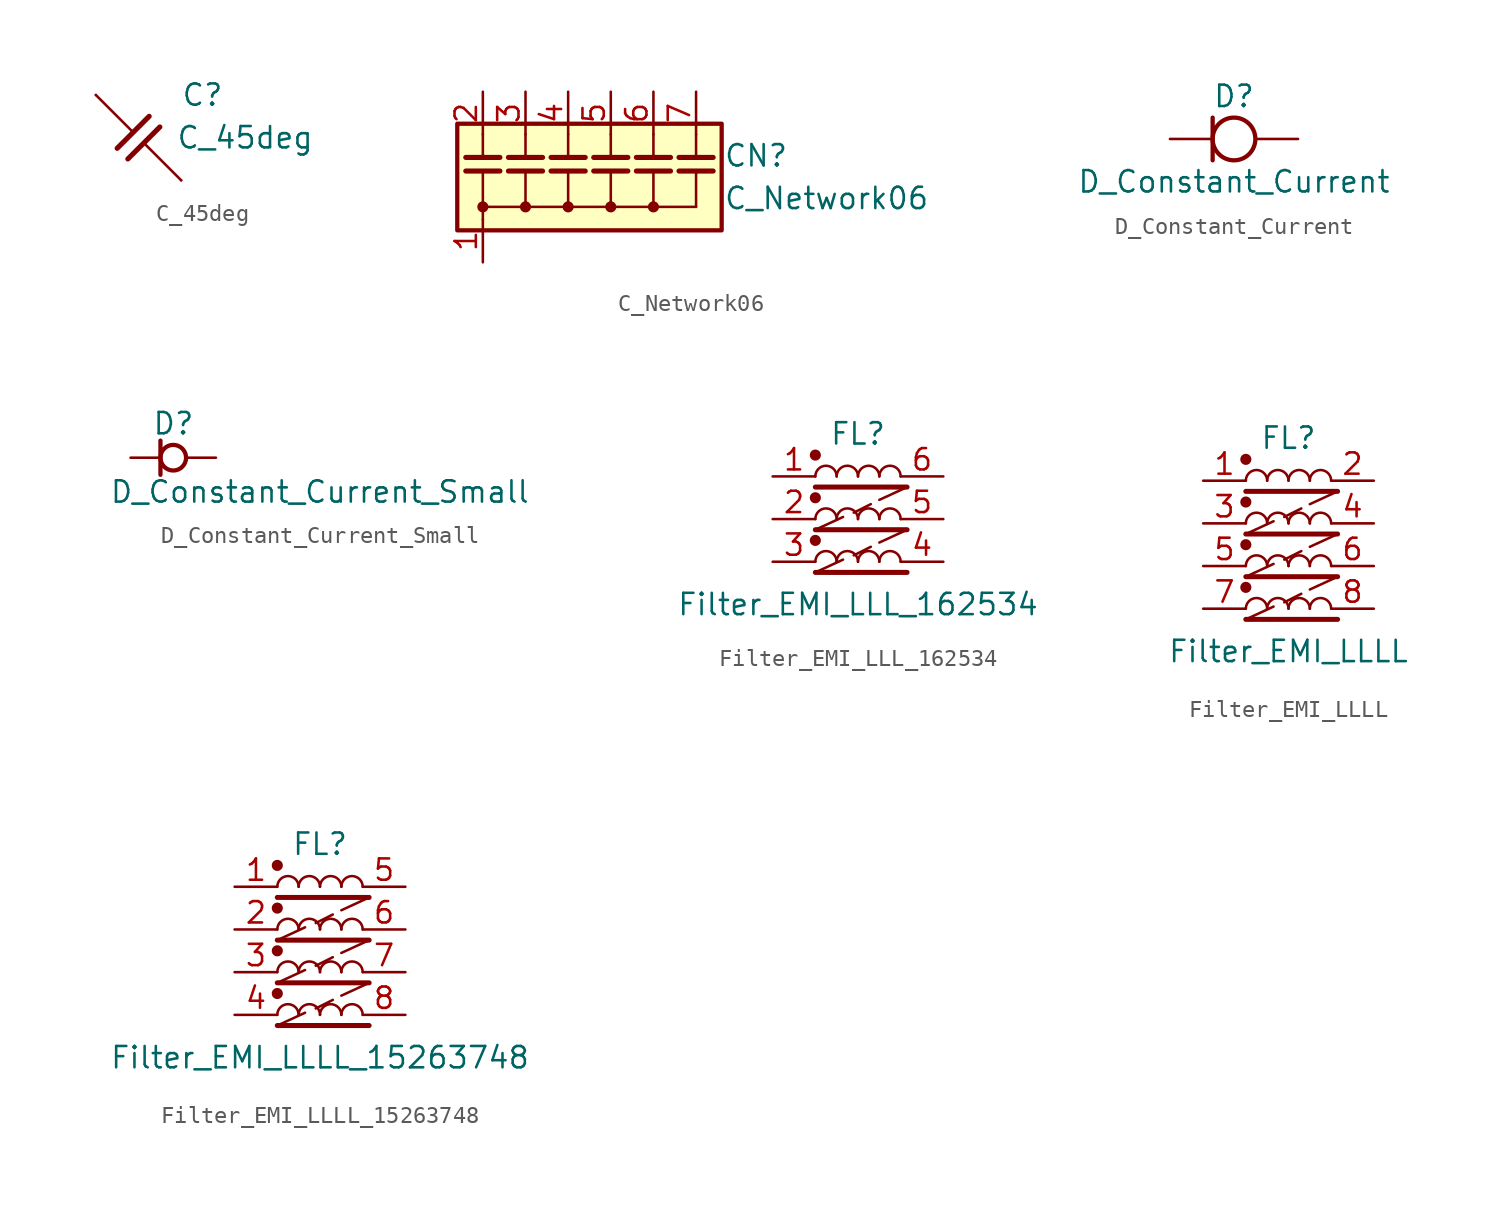
<source format=kicad_sym>
(kicad_symbol_lib
  (version 20220914)
  (generator kicad_symbol_editor)
  (symbol "C_45deg"
    (pin_numbers hide)
    (pin_names
      (offset 0))
    (property "Reference" "C"
      (at 3.81 2.54 0)
      (effects (font (size 1.27 1.27))))
    (property "Value" "C_45deg"
      (at 6.35 0 0)
      (effects (font (size 1.27 1.27))))
    (symbol "C_45deg_0_1"
      (polyline (pts (xy -2.54 2.54) (xy -0.381 0.381)) (stroke (width 0) (type default)) (fill (type none)))
      (polyline (pts (xy 2.54 -2.54) (xy 0.381 -0.381)) (stroke (width 0) (type default)) (fill (type none))))
    (symbol "C_45deg_1_1"
      (polyline (pts (xy 0.635 1.27) (xy -1.27 -0.635)) (stroke (width 0.305) (type default)) (fill (type none)))
      (polyline (pts (xy 1.27 0.635) (xy -0.635 -1.27)) (stroke (width 0.305) (type default)) (fill (type none)))
      (pin passive line (at 2.54 -2.54 180) (length 0) (name "~" (effects (font (size 1.27 1.27)))) (number "1" (effects (font (size 1.27 1.27)))))
      (pin passive line (at -2.54 2.54 0) (length 0) (name "~" (effects (font (size 1.27 1.27)))) (number "2" (effects (font (size 1.27 1.27)))))))
  (symbol "C_Network06"
    (pin_names
      (offset 0) hide)
    (property "Reference" "CN"
      (at 6.706 1.27 0)
      (effects (font (size 1.27 1.27)) (justify left)))
    (property "Value" "C_Network06"
      (at 6.706 -1.27 0)
      (effects (font (size 1.27 1.27)) (justify left)))
    (symbol "C_Network06_0_1"
      (rectangle (start -9.144 3.175) (end 6.604 -3.175) (stroke (width 0.254) (type default)) (fill (type background)))
      (circle (center -7.62 -1.778) (radius 0.254) (stroke (width 0) (type default)) (fill (type outline)))
      (circle (center -5.08 -1.778) (radius 0.254) (stroke (width 0) (type default)) (fill (type outline)))
      (circle (center -2.54 -1.778) (radius 0.254) (stroke (width 0) (type default)) (fill (type outline)))
      (circle (center 0 -1.778) (radius 0.254) (stroke (width 0) (type default)) (fill (type outline)))
      (polyline (pts (xy -7.62 -2.54) (xy -7.62 -1.778)) (stroke (width 0) (type default)) (fill (type none)))
      (polyline (pts (xy -7.62 -1.778) (xy -7.62 0.356)) (stroke (width 0) (type default)) (fill (type none)))
      (polyline (pts (xy -7.62 -1.778) (xy 5.08 -1.778)) (stroke (width 0) (type default)) (fill (type none)))
      (polyline (pts (xy -7.62 2.54) (xy -7.62 1.168)) (stroke (width 0) (type default)) (fill (type none)))
      (polyline (pts (xy -5.08 -1.778) (xy -5.08 0.356)) (stroke (width 0) (type default)) (fill (type none)))
      (polyline (pts (xy -5.08 2.54) (xy -5.08 1.168)) (stroke (width 0) (type default)) (fill (type none)))
      (polyline (pts (xy -2.54 -1.778) (xy -2.54 0.356)) (stroke (width 0) (type default)) (fill (type none)))
      (polyline (pts (xy -2.54 2.54) (xy -2.54 1.168)) (stroke (width 0) (type default)) (fill (type none)))
      (polyline (pts (xy 0 -1.778) (xy 0 0.356)) (stroke (width 0) (type default)) (fill (type none)))
      (polyline (pts (xy 0 2.54) (xy 0 1.168)) (stroke (width 0) (type default)) (fill (type none)))
      (polyline (pts (xy 2.54 -1.778) (xy 2.54 0.356)) (stroke (width 0) (type default)) (fill (type none)))
      (polyline (pts (xy 2.54 2.54) (xy 2.54 1.168)) (stroke (width 0) (type default)) (fill (type none)))
      (polyline (pts (xy 5.08 -1.778) (xy 5.08 0.356)) (stroke (width 0) (type default)) (fill (type none)))
      (polyline (pts (xy 5.08 2.54) (xy 5.08 1.168)) (stroke (width 0) (type default)) (fill (type none)))
      (circle (center 2.54 -1.778) (radius 0.254) (stroke (width 0) (type default)) (fill (type outline))))
    (symbol "C_Network06_1_0"
      (pin passive line (at 2.54 5.08 270) (length 2.54) (name "C5" (effects (font (size 1.27 1.27)))) (number "6" (effects (font (size 1.27 1.27)))))
      (pin passive line (at 5.08 5.08 270) (length 2.54) (name "C6" (effects (font (size 1.27 1.27)))) (number "7" (effects (font (size 1.27 1.27))))))
    (symbol "C_Network06_1_1"
      (polyline (pts (xy -8.636 0.356) (xy -6.604 0.356)) (stroke (width 0.305) (type default)) (fill (type none)))
      (polyline (pts (xy -8.636 1.168) (xy -6.604 1.168)) (stroke (width 0.305) (type default)) (fill (type none)))
      (polyline (pts (xy -6.096 0.356) (xy -4.064 0.356)) (stroke (width 0.305) (type default)) (fill (type none)))
      (polyline (pts (xy -6.096 1.168) (xy -4.064 1.168)) (stroke (width 0.305) (type default)) (fill (type none)))
      (polyline (pts (xy -3.556 0.356) (xy -1.524 0.356)) (stroke (width 0.305) (type default)) (fill (type none)))
      (polyline (pts (xy -3.556 1.168) (xy -1.524 1.168)) (stroke (width 0.305) (type default)) (fill (type none)))
      (polyline (pts (xy -1.016 0.356) (xy 1.016 0.356)) (stroke (width 0.305) (type default)) (fill (type none)))
      (polyline (pts (xy -1.016 1.168) (xy 1.016 1.168)) (stroke (width 0.305) (type default)) (fill (type none)))
      (polyline (pts (xy 1.524 0.356) (xy 3.556 0.356)) (stroke (width 0.305) (type default)) (fill (type none)))
      (polyline (pts (xy 1.524 1.168) (xy 3.556 1.168)) (stroke (width 0.305) (type default)) (fill (type none)))
      (polyline (pts (xy 4.064 0.356) (xy 6.096 0.356)) (stroke (width 0.305) (type default)) (fill (type none)))
      (polyline (pts (xy 4.064 1.168) (xy 6.096 1.168)) (stroke (width 0.305) (type default)) (fill (type none)))
      (pin passive line (at -7.62 -5.08 90) (length 2.54) (name "common" (effects (font (size 1.27 1.27)))) (number "1" (effects (font (size 1.27 1.27)))))
      (pin passive line (at -7.62 5.08 270) (length 2.54) (name "C1" (effects (font (size 1.27 1.27)))) (number "2" (effects (font (size 1.27 1.27)))))
      (pin passive line (at -5.08 5.08 270) (length 2.54) (name "C2" (effects (font (size 1.27 1.27)))) (number "3" (effects (font (size 1.27 1.27)))))
      (pin passive line (at -2.54 5.08 270) (length 2.54) (name "C3" (effects (font (size 1.27 1.27)))) (number "4" (effects (font (size 1.27 1.27)))))
      (pin passive line (at 0 5.08 270) (length 2.54) (name "C4" (effects (font (size 1.27 1.27)))) (number "5" (effects (font (size 1.27 1.27)))))))
  (symbol "D_Constant_Current"
    (pin_numbers hide)
    (pin_names
      (offset 1.016) hide)
    (property "Reference" "D"
      (at 0 2.54 0)
      (effects (font (size 1.27 1.27))))
    (property "Value" "D_Constant_Current"
      (at 0 -2.54 0)
      (effects (font (size 1.27 1.27))))
    (symbol "D_Constant_Current_0_1"
      (polyline (pts (xy -1.27 1.27) (xy -1.27 -1.27)) (stroke (width 0.254) (type default)) (fill (type none))))
    (symbol "D_Constant_Current_1_1"
      (circle (center 0 0) (radius 1.27) (stroke (width 0.254) (type default)) (fill (type none)))
      (pin passive line (at -3.81 0 0) (length 2.54) (name "K" (effects (font (size 1.27 1.27)))) (number "1" (effects (font (size 1.27 1.27)))))
      (pin passive line (at 3.81 0 180) (length 2.54) (name "A" (effects (font (size 1.27 1.27)))) (number "2" (effects (font (size 1.27 1.27)))))))
  (symbol "D_Constant_Current_Small"
    (pin_numbers hide)
    (pin_names
      (offset 0.254) hide)
    (property "Reference" "D"
      (at -1.27 2.032 0)
      (effects (font (size 1.27 1.27)) (justify left)))
    (property "Value" "D_Constant_Current_Small"
      (at -3.81 -2.032 0)
      (effects (font (size 1.27 1.27)) (justify left)))
    (symbol "D_Constant_Current_Small_0_1"
      (polyline (pts (xy -0.762 -1.016) (xy -0.762 1.016)) (stroke (width 0.254) (type default)) (fill (type none))))
    (symbol "D_Constant_Current_Small_1_1"
      (circle (center 0 0) (radius 0.762) (stroke (width 0.254) (type default)) (fill (type none)))
      (pin passive line (at -2.54 0 0) (length 1.778) (name "K" (effects (font (size 1.27 1.27)))) (number "1" (effects (font (size 1.27 1.27)))))
      (pin passive line (at 2.54 0 180) (length 1.778) (name "A" (effects (font (size 1.27 1.27)))) (number "2" (effects (font (size 1.27 1.27)))))))
  (symbol "Filter_EMI_LLL_162534"
    (pin_names hide)
    (property "Reference" "FL"
      (at 0 5.08 0)
      (effects (font (size 1.27 1.27))))
    (property "Value" "Filter_EMI_LLL_162534"
      (at 0 -5.08 0)
      (effects (font (size 1.27 1.27))))
    (symbol "Filter_EMI_LLL_162534_0_1"
      (circle (center -2.54 -1.27) (radius 0.254) (stroke (width 0) (type default)) (fill (type outline)))
      (circle (center -2.54 1.27) (radius 0.254) (stroke (width 0) (type default)) (fill (type outline)))
      (circle (center -2.54 3.81) (radius 0.254) (stroke (width 0) (type default)) (fill (type outline)))
      (arc (start -1.27 -2.54) (mid -1.905 -1.9077) (end -2.54 -2.54) (stroke (width 0) (type default)) (fill (type none)))
      (arc (start -1.27 0) (mid -1.905 0.6323) (end -2.54 0) (stroke (width 0) (type default)) (fill (type none)))
      (arc (start -1.27 2.54) (mid -1.905 3.1723) (end -2.54 2.54) (stroke (width 0) (type default)) (fill (type none)))
      (arc (start 0 -2.54) (mid -0.635 -1.9077) (end -1.27 -2.54) (stroke (width 0) (type default)) (fill (type none)))
      (arc (start 0 0) (mid -0.635 0.6323) (end -1.27 0) (stroke (width 0) (type default)) (fill (type none)))
      (polyline (pts (xy -2.54 -3.175) (xy 2.921 -3.175)) (stroke (width 0.3) (type default)) (fill (type none)))
      (polyline (pts (xy -2.54 -0.635) (xy 2.921 -0.635)) (stroke (width 0.3) (type default)) (fill (type none)))
      (polyline (pts (xy -2.54 1.905) (xy 2.921 1.905)) (stroke (width 0.3) (type default)) (fill (type none)))
      (polyline (pts (xy -0.889 -2.413) (xy -2.54 -3.175)) (stroke (width 0.152) (type default)) (fill (type none)))
      (polyline (pts (xy -0.889 0.127) (xy -2.54 -0.635)) (stroke (width 0.152) (type default)) (fill (type none)))
      (polyline (pts (xy 0.762 -1.651) (xy -0.254 -2.159)) (stroke (width 0.152) (type default)) (fill (type none)))
      (polyline (pts (xy 0.762 0.889) (xy -0.254 0.381)) (stroke (width 0.152) (type default)) (fill (type none)))
      (polyline (pts (xy 2.921 -0.635) (xy 1.27 -1.397)) (stroke (width 0.152) (type default)) (fill (type none)))
      (polyline (pts (xy 2.921 1.905) (xy 1.27 1.143)) (stroke (width 0.152) (type default)) (fill (type none)))
      (arc (start 0 2.54) (mid -0.635 3.1723) (end -1.27 2.54) (stroke (width 0) (type default)) (fill (type none)))
      (arc (start 1.27 -2.54) (mid 0.635 -1.9077) (end 0 -2.54) (stroke (width 0) (type default)) (fill (type none)))
      (arc (start 1.27 0) (mid 0.635 0.6323) (end 0 0) (stroke (width 0) (type default)) (fill (type none)))
      (arc (start 1.27 2.54) (mid 0.635 3.1723) (end 0 2.54) (stroke (width 0) (type default)) (fill (type none)))
      (arc (start 2.54 -2.54) (mid 1.905 -1.9077) (end 1.27 -2.54) (stroke (width 0) (type default)) (fill (type none)))
      (arc (start 2.54 0) (mid 1.905 0.6323) (end 1.27 0) (stroke (width 0) (type default)) (fill (type none)))
      (arc (start 2.54 2.54) (mid 1.905 3.1723) (end 1.27 2.54) (stroke (width 0) (type default)) (fill (type none))))
    (symbol "Filter_EMI_LLL_162534_1_1"
      (pin passive line (at -5.08 2.54 0) (length 2.54) (name "1" (effects (font (size 1.27 1.27)))) (number "1" (effects (font (size 1.27 1.27)))))
      (pin passive line (at -5.08 0 0) (length 2.54) (name "2" (effects (font (size 1.27 1.27)))) (number "2" (effects (font (size 1.27 1.27)))))
      (pin passive line (at -5.08 -2.54 0) (length 2.54) (name "3" (effects (font (size 1.27 1.27)))) (number "3" (effects (font (size 1.27 1.27)))))
      (pin passive line (at 5.08 -2.54 180) (length 2.54) (name "4" (effects (font (size 1.27 1.27)))) (number "4" (effects (font (size 1.27 1.27)))))
      (pin passive line (at 5.08 0 180) (length 2.54) (name "5" (effects (font (size 1.27 1.27)))) (number "5" (effects (font (size 1.27 1.27)))))
      (pin passive line (at 5.08 2.54 180) (length 2.54) (name "6" (effects (font (size 1.27 1.27)))) (number "6" (effects (font (size 1.27 1.27)))))))
  (symbol "Filter_EMI_LLLL"
    (pin_names hide)
    (property "Reference" "FL"
      (at 0 5.08 0)
      (effects (font (size 1.27 1.27))))
    (property "Value" "Filter_EMI_LLLL"
      (at 0 -7.62 0)
      (effects (font (size 1.27 1.27))))
    (symbol "Filter_EMI_LLLL_0_1"
      (circle (center -2.54 -3.81) (radius 0.254) (stroke (width 0) (type default)) (fill (type outline)))
      (circle (center -2.54 -1.27) (radius 0.254) (stroke (width 0) (type default)) (fill (type outline)))
      (circle (center -2.54 1.27) (radius 0.254) (stroke (width 0) (type default)) (fill (type outline)))
      (circle (center -2.54 3.81) (radius 0.254) (stroke (width 0) (type default)) (fill (type outline)))
      (arc (start -1.27 -5.08) (mid -1.905 -4.4477) (end -2.54 -5.08) (stroke (width 0) (type default)) (fill (type none)))
      (arc (start -1.27 -2.54) (mid -1.905 -1.9077) (end -2.54 -2.54) (stroke (width 0) (type default)) (fill (type none)))
      (arc (start -1.27 0) (mid -1.905 0.6323) (end -2.54 0) (stroke (width 0) (type default)) (fill (type none)))
      (arc (start -1.27 2.54) (mid -1.905 3.1723) (end -2.54 2.54) (stroke (width 0) (type default)) (fill (type none)))
      (arc (start 0 -5.08) (mid -0.635 -4.4477) (end -1.27 -5.08) (stroke (width 0) (type default)) (fill (type none)))
      (arc (start 0 -2.54) (mid -0.635 -1.9077) (end -1.27 -2.54) (stroke (width 0) (type default)) (fill (type none)))
      (arc (start 0 0) (mid -0.635 0.6323) (end -1.27 0) (stroke (width 0) (type default)) (fill (type none)))
      (polyline (pts (xy -2.54 -5.715) (xy 2.921 -5.715)) (stroke (width 0.3) (type default)) (fill (type none)))
      (polyline (pts (xy -2.54 -3.175) (xy 2.921 -3.175)) (stroke (width 0.3) (type default)) (fill (type none)))
      (polyline (pts (xy -2.54 -0.635) (xy 2.921 -0.635)) (stroke (width 0.3) (type default)) (fill (type none)))
      (polyline (pts (xy -2.54 1.905) (xy 2.921 1.905)) (stroke (width 0.3) (type default)) (fill (type none)))
      (polyline (pts (xy -0.889 -4.953) (xy -2.54 -5.715)) (stroke (width 0.152) (type default)) (fill (type none)))
      (polyline (pts (xy -0.889 -2.413) (xy -2.54 -3.175)) (stroke (width 0.152) (type default)) (fill (type none)))
      (polyline (pts (xy -0.889 0.127) (xy -2.54 -0.635)) (stroke (width 0.152) (type default)) (fill (type none)))
      (polyline (pts (xy 0.762 -4.191) (xy -0.254 -4.699)) (stroke (width 0.152) (type default)) (fill (type none)))
      (polyline (pts (xy 0.762 -1.651) (xy -0.254 -2.159)) (stroke (width 0.152) (type default)) (fill (type none)))
      (polyline (pts (xy 0.762 0.889) (xy -0.254 0.381)) (stroke (width 0.152) (type default)) (fill (type none)))
      (polyline (pts (xy 2.921 -3.175) (xy 1.27 -3.937)) (stroke (width 0.152) (type default)) (fill (type none)))
      (polyline (pts (xy 2.921 -0.635) (xy 1.27 -1.397)) (stroke (width 0.152) (type default)) (fill (type none)))
      (polyline (pts (xy 2.921 1.905) (xy 1.27 1.143)) (stroke (width 0.152) (type default)) (fill (type none)))
      (arc (start 0 2.54) (mid -0.635 3.1723) (end -1.27 2.54) (stroke (width 0) (type default)) (fill (type none)))
      (arc (start 1.27 -5.08) (mid 0.635 -4.4477) (end 0 -5.08) (stroke (width 0) (type default)) (fill (type none)))
      (arc (start 1.27 -2.54) (mid 0.635 -1.9077) (end 0 -2.54) (stroke (width 0) (type default)) (fill (type none)))
      (arc (start 1.27 0) (mid 0.635 0.6323) (end 0 0) (stroke (width 0) (type default)) (fill (type none)))
      (arc (start 1.27 2.54) (mid 0.635 3.1723) (end 0 2.54) (stroke (width 0) (type default)) (fill (type none)))
      (arc (start 2.54 -5.08) (mid 1.905 -4.4477) (end 1.27 -5.08) (stroke (width 0) (type default)) (fill (type none)))
      (arc (start 2.54 -2.54) (mid 1.905 -1.9077) (end 1.27 -2.54) (stroke (width 0) (type default)) (fill (type none)))
      (arc (start 2.54 0) (mid 1.905 0.6323) (end 1.27 0) (stroke (width 0) (type default)) (fill (type none)))
      (arc (start 2.54 2.54) (mid 1.905 3.1723) (end 1.27 2.54) (stroke (width 0) (type default)) (fill (type none))))
    (symbol "Filter_EMI_LLLL_1_1"
      (pin passive line (at -5.08 2.54 0) (length 2.54) (name "1" (effects (font (size 1.27 1.27)))) (number "1" (effects (font (size 1.27 1.27)))))
      (pin passive line (at 5.08 2.54 180) (length 2.54) (name "2" (effects (font (size 1.27 1.27)))) (number "2" (effects (font (size 1.27 1.27)))))
      (pin passive line (at -5.08 0 0) (length 2.54) (name "3" (effects (font (size 1.27 1.27)))) (number "3" (effects (font (size 1.27 1.27)))))
      (pin passive line (at 5.08 0 180) (length 2.54) (name "4" (effects (font (size 1.27 1.27)))) (number "4" (effects (font (size 1.27 1.27)))))
      (pin passive line (at -5.08 -2.54 0) (length 2.54) (name "5" (effects (font (size 1.27 1.27)))) (number "5" (effects (font (size 1.27 1.27)))))
      (pin passive line (at 5.08 -2.54 180) (length 2.54) (name "6" (effects (font (size 1.27 1.27)))) (number "6" (effects (font (size 1.27 1.27)))))
      (pin passive line (at -5.08 -5.08 0) (length 2.54) (name "7" (effects (font (size 1.27 1.27)))) (number "7" (effects (font (size 1.27 1.27)))))
      (pin passive line (at 5.08 -5.08 180) (length 2.54) (name "8" (effects (font (size 1.27 1.27)))) (number "8" (effects (font (size 1.27 1.27)))))))
  (symbol "Filter_EMI_LLLL_15263748"
    (pin_names hide)
    (property "Reference" "FL"
      (at 0 5.08 0)
      (effects (font (size 1.27 1.27))))
    (property "Value" "Filter_EMI_LLLL_15263748"
      (at 0 -7.62 0)
      (effects (font (size 1.27 1.27))))
    (symbol "Filter_EMI_LLLL_15263748_0_1"
      (circle (center -2.54 -3.81) (radius 0.254) (stroke (width 0) (type default)) (fill (type outline)))
      (circle (center -2.54 -1.27) (radius 0.254) (stroke (width 0) (type default)) (fill (type outline)))
      (circle (center -2.54 1.27) (radius 0.254) (stroke (width 0) (type default)) (fill (type outline)))
      (circle (center -2.54 3.81) (radius 0.254) (stroke (width 0) (type default)) (fill (type outline)))
      (arc (start -1.27 -5.08) (mid -1.905 -4.4477) (end -2.54 -5.08) (stroke (width 0) (type default)) (fill (type none)))
      (arc (start -1.27 -2.54) (mid -1.905 -1.9077) (end -2.54 -2.54) (stroke (width 0) (type default)) (fill (type none)))
      (arc (start -1.27 0) (mid -1.905 0.6323) (end -2.54 0) (stroke (width 0) (type default)) (fill (type none)))
      (arc (start -1.27 2.54) (mid -1.905 3.1723) (end -2.54 2.54) (stroke (width 0) (type default)) (fill (type none)))
      (arc (start 0 -5.08) (mid -0.635 -4.4477) (end -1.27 -5.08) (stroke (width 0) (type default)) (fill (type none)))
      (arc (start 0 -2.54) (mid -0.635 -1.9077) (end -1.27 -2.54) (stroke (width 0) (type default)) (fill (type none)))
      (arc (start 0 0) (mid -0.635 0.6323) (end -1.27 0) (stroke (width 0) (type default)) (fill (type none)))
      (polyline (pts (xy -2.54 -5.715) (xy 2.921 -5.715)) (stroke (width 0.3) (type default)) (fill (type none)))
      (polyline (pts (xy -2.54 -3.175) (xy 2.921 -3.175)) (stroke (width 0.3) (type default)) (fill (type none)))
      (polyline (pts (xy -2.54 -0.635) (xy 2.921 -0.635)) (stroke (width 0.3) (type default)) (fill (type none)))
      (polyline (pts (xy -2.54 1.905) (xy 2.921 1.905)) (stroke (width 0.3) (type default)) (fill (type none)))
      (polyline (pts (xy -0.889 -4.953) (xy -2.54 -5.715)) (stroke (width 0.152) (type default)) (fill (type none)))
      (polyline (pts (xy -0.889 -2.413) (xy -2.54 -3.175)) (stroke (width 0.152) (type default)) (fill (type none)))
      (polyline (pts (xy -0.889 0.127) (xy -2.54 -0.635)) (stroke (width 0.152) (type default)) (fill (type none)))
      (polyline (pts (xy 0.762 -4.191) (xy -0.254 -4.699)) (stroke (width 0.152) (type default)) (fill (type none)))
      (polyline (pts (xy 0.762 -1.651) (xy -0.254 -2.159)) (stroke (width 0.152) (type default)) (fill (type none)))
      (polyline (pts (xy 0.762 0.889) (xy -0.254 0.381)) (stroke (width 0.152) (type default)) (fill (type none)))
      (polyline (pts (xy 2.921 -3.175) (xy 1.27 -3.937)) (stroke (width 0.152) (type default)) (fill (type none)))
      (polyline (pts (xy 2.921 -0.635) (xy 1.27 -1.397)) (stroke (width 0.152) (type default)) (fill (type none)))
      (polyline (pts (xy 2.921 1.905) (xy 1.27 1.143)) (stroke (width 0.152) (type default)) (fill (type none)))
      (arc (start 0 2.54) (mid -0.635 3.1723) (end -1.27 2.54) (stroke (width 0) (type default)) (fill (type none)))
      (arc (start 1.27 -5.08) (mid 0.635 -4.4477) (end 0 -5.08) (stroke (width 0) (type default)) (fill (type none)))
      (arc (start 1.27 -2.54) (mid 0.635 -1.9077) (end 0 -2.54) (stroke (width 0) (type default)) (fill (type none)))
      (arc (start 1.27 0) (mid 0.635 0.6323) (end 0 0) (stroke (width 0) (type default)) (fill (type none)))
      (arc (start 1.27 2.54) (mid 0.635 3.1723) (end 0 2.54) (stroke (width 0) (type default)) (fill (type none)))
      (arc (start 2.54 -5.08) (mid 1.905 -4.4477) (end 1.27 -5.08) (stroke (width 0) (type default)) (fill (type none)))
      (arc (start 2.54 -2.54) (mid 1.905 -1.9077) (end 1.27 -2.54) (stroke (width 0) (type default)) (fill (type none)))
      (arc (start 2.54 0) (mid 1.905 0.6323) (end 1.27 0) (stroke (width 0) (type default)) (fill (type none)))
      (arc (start 2.54 2.54) (mid 1.905 3.1723) (end 1.27 2.54) (stroke (width 0) (type default)) (fill (type none))))
    (symbol "Filter_EMI_LLLL_15263748_1_1"
      (pin passive line (at -5.08 2.54 0) (length 2.54) (name "1" (effects (font (size 1.27 1.27)))) (number "1" (effects (font (size 1.27 1.27)))))
      (pin passive line (at -5.08 0 0) (length 2.54) (name "2" (effects (font (size 1.27 1.27)))) (number "2" (effects (font (size 1.27 1.27)))))
      (pin passive line (at -5.08 -2.54 0) (length 2.54) (name "3" (effects (font (size 1.27 1.27)))) (number "3" (effects (font (size 1.27 1.27)))))
      (pin passive line (at -5.08 -5.08 0) (length 2.54) (name "4" (effects (font (size 1.27 1.27)))) (number "4" (effects (font (size 1.27 1.27)))))
      (pin passive line (at 5.08 2.54 180) (length 2.54) (name "5" (effects (font (size 1.27 1.27)))) (number "5" (effects (font (size 1.27 1.27)))))
      (pin passive line (at 5.08 0 180) (length 2.54) (name "6" (effects (font (size 1.27 1.27)))) (number "6" (effects (font (size 1.27 1.27)))))
      (pin passive line (at 5.08 -2.54 180) (length 2.54) (name "7" (effects (font (size 1.27 1.27)))) (number "7" (effects (font (size 1.27 1.27)))))
      (pin passive line (at 5.08 -5.08 180) (length 2.54) (name "8" (effects (font (size 1.27 1.27)))) (number "8" (effects (font (size 1.27 1.27))))))))
</source>
